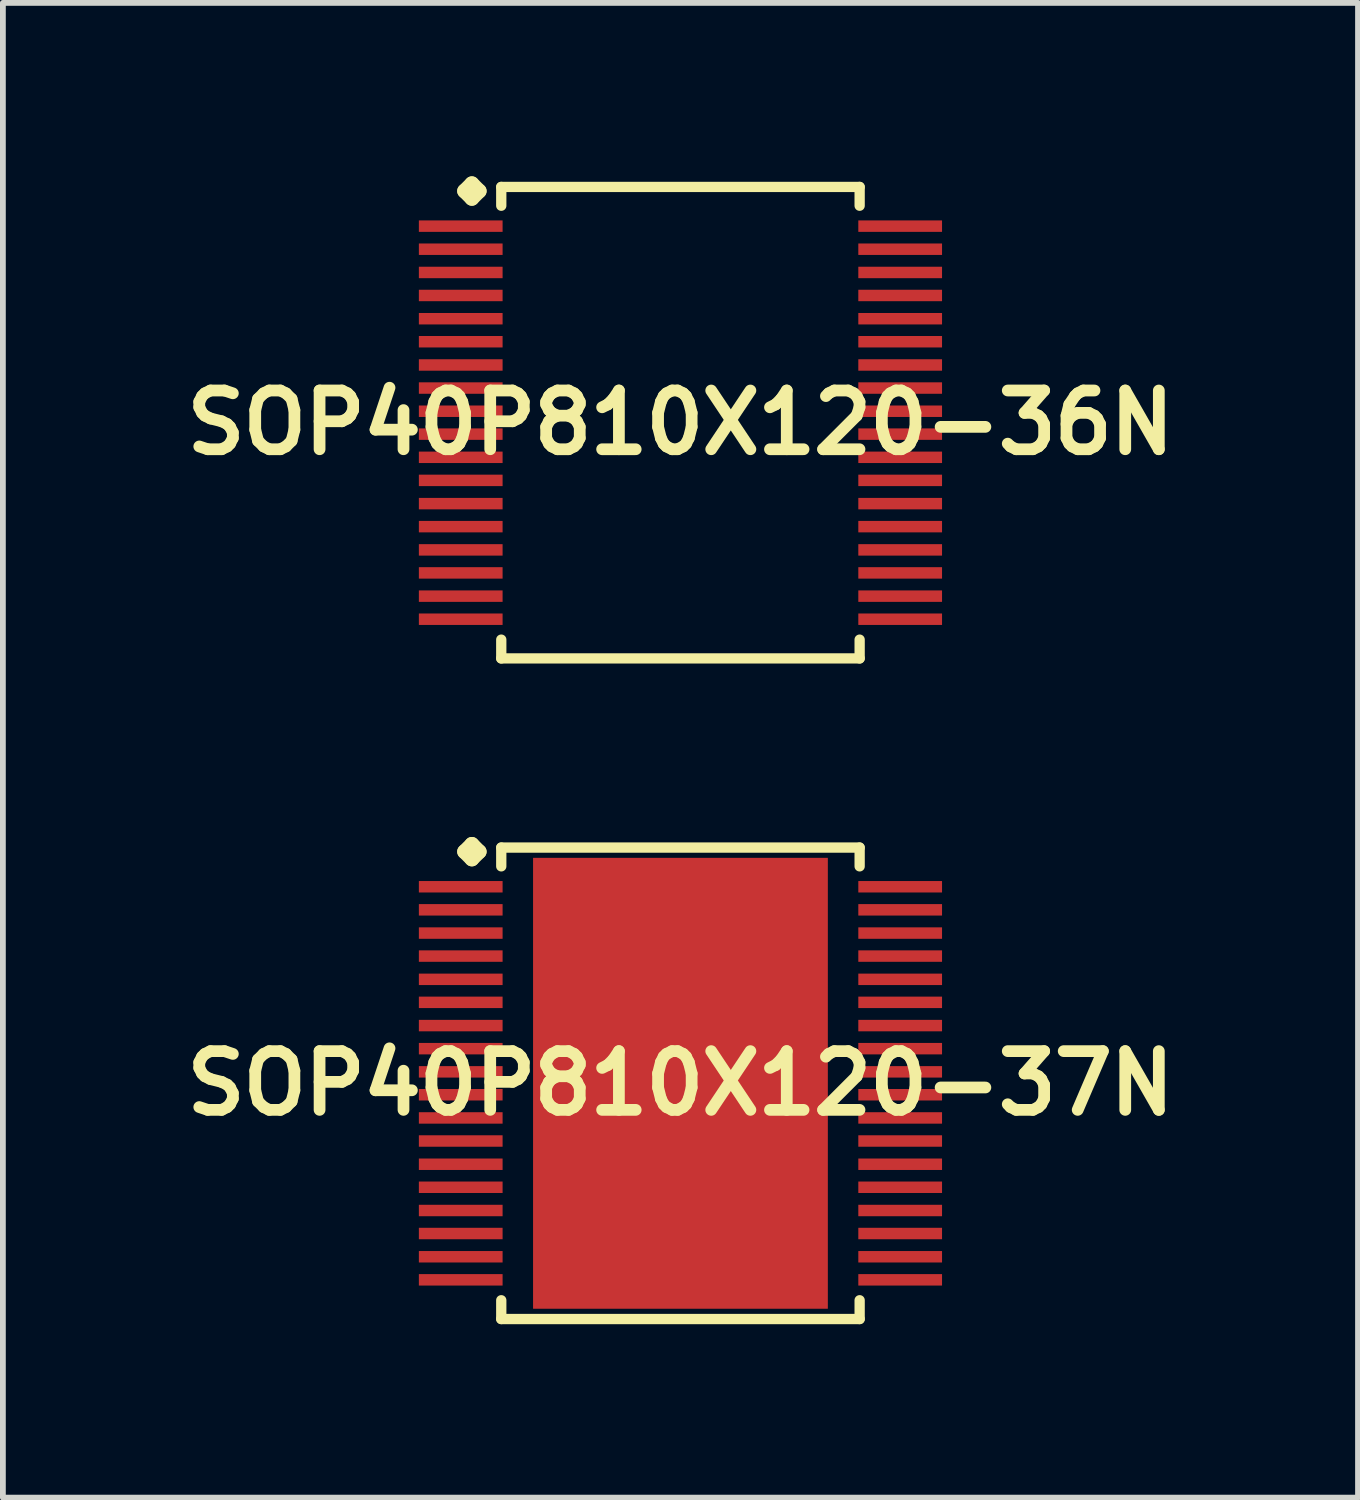
<source format=kicad_pcb>
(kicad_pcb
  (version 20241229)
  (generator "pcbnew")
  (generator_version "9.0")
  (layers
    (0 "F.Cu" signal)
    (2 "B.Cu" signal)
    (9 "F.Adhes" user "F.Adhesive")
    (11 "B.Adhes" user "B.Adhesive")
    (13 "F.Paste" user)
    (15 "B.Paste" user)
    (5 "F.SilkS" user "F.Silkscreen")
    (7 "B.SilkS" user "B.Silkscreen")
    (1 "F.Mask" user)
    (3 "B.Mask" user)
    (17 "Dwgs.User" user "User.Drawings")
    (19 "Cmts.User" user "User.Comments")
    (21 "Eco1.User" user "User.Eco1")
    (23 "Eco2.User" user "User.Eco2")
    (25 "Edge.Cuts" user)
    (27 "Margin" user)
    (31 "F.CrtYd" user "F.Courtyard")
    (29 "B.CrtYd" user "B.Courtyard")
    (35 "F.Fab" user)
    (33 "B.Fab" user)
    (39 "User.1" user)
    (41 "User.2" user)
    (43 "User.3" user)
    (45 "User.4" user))
  (footprint "SOP40P810X120-36N"
    (layer "F.Cu")
    (at 8.718 4.26)
    (property "Reference" "SOP40P810X120-36N" (at 0 0 0) (layer "F.SilkS") (effects (font (size 1.016 1.016) (thickness 0.203))))
    (attr smd)
    (fp_line (start -3.734 -4.006) (end -3.607 -4.133) (stroke (width 0.254) (type solid)) (layer "F.SilkS"))
    (fp_line (start -3.607 -4.133) (end -3.48 -4.006) (stroke (width 0.254) (type solid)) (layer "F.SilkS"))
    (fp_line (start -3.607 -3.879) (end -3.734 -4.006) (stroke (width 0.254) (type solid)) (layer "F.SilkS"))
    (fp_line (start -3.48 -4.006) (end -3.607 -3.879) (stroke (width 0.254) (type solid)) (layer "F.SilkS"))
    (fp_line (start -3.099 -4.077) (end 3.099 -4.077) (stroke (width 0.178) (type solid)) (layer "F.SilkS"))
    (fp_line (start -3.099 -3.752) (end -3.099 -4.077) (stroke (width 0.178) (type solid)) (layer "F.SilkS"))
    (fp_line (start -3.099 3.752) (end -3.099 4.077) (stroke (width 0.178) (type solid)) (layer "F.SilkS"))
    (fp_line (start -3.099 4.077) (end 3.099 4.077) (stroke (width 0.178) (type solid)) (layer "F.SilkS"))
    (fp_line (start 3.099 -4.077) (end 3.099 -3.752) (stroke (width 0.178) (type solid)) (layer "F.SilkS"))
    (fp_line (start 3.099 4.077) (end 3.099 3.752) (stroke (width 0.178) (type solid)) (layer "F.SilkS"))
    (pad "1" smd rect (at -3.8 -3.399) (size 1.448 0.198) (layers "F.Cu" "F.Mask" "F.Paste"))
    (pad "2" smd rect (at -3.8 -3) (size 1.448 0.198) (layers "F.Cu" "F.Mask" "F.Paste"))
    (pad "3" smd rect (at -3.8 -2.598) (size 1.448 0.198) (layers "F.Cu" "F.Mask" "F.Paste"))
    (pad "4" smd rect (at -3.8 -2.2) (size 1.448 0.198) (layers "F.Cu" "F.Mask" "F.Paste"))
    (pad "5" smd rect (at -3.8 -1.798) (size 1.448 0.198) (layers "F.Cu" "F.Mask" "F.Paste"))
    (pad "6" smd rect (at -3.8 -1.4) (size 1.448 0.198) (layers "F.Cu" "F.Mask" "F.Paste"))
    (pad "7" smd rect (at -3.8 -0.998) (size 1.448 0.198) (layers "F.Cu" "F.Mask" "F.Paste"))
    (pad "8" smd rect (at -3.8 -0.599) (size 1.448 0.198) (layers "F.Cu" "F.Mask" "F.Paste"))
    (pad "9" smd rect (at -3.8 -0.198) (size 1.448 0.198) (layers "F.Cu" "F.Mask" "F.Paste"))
    (pad "10" smd rect (at -3.8 0.198) (size 1.448 0.198) (layers "F.Cu" "F.Mask" "F.Paste"))
    (pad "11" smd rect (at -3.8 0.599) (size 1.448 0.198) (layers "F.Cu" "F.Mask" "F.Paste"))
    (pad "12" smd rect (at -3.8 0.998) (size 1.448 0.198) (layers "F.Cu" "F.Mask" "F.Paste"))
    (pad "13" smd rect (at -3.8 1.4) (size 1.448 0.198) (layers "F.Cu" "F.Mask" "F.Paste"))
    (pad "14" smd rect (at -3.8 1.798) (size 1.448 0.198) (layers "F.Cu" "F.Mask" "F.Paste"))
    (pad "15" smd rect (at -3.8 2.2) (size 1.448 0.198) (layers "F.Cu" "F.Mask" "F.Paste"))
    (pad "16" smd rect (at -3.8 2.598) (size 1.448 0.198) (layers "F.Cu" "F.Mask" "F.Paste"))
    (pad "17" smd rect (at -3.8 3) (size 1.448 0.198) (layers "F.Cu" "F.Mask" "F.Paste"))
    (pad "18" smd rect (at -3.8 3.399) (size 1.448 0.198) (layers "F.Cu" "F.Mask" "F.Paste"))
    (pad "19" smd rect (at 3.8 3.399) (size 1.448 0.198) (layers "F.Cu" "F.Mask" "F.Paste"))
    (pad "20" smd rect (at 3.8 3) (size 1.448 0.198) (layers "F.Cu" "F.Mask" "F.Paste"))
    (pad "21" smd rect (at 3.8 2.598) (size 1.448 0.198) (layers "F.Cu" "F.Mask" "F.Paste"))
    (pad "22" smd rect (at 3.8 2.2) (size 1.448 0.198) (layers "F.Cu" "F.Mask" "F.Paste"))
    (pad "23" smd rect (at 3.8 1.798) (size 1.448 0.198) (layers "F.Cu" "F.Mask" "F.Paste"))
    (pad "24" smd rect (at 3.8 1.4) (size 1.448 0.198) (layers "F.Cu" "F.Mask" "F.Paste"))
    (pad "25" smd rect (at 3.8 0.998) (size 1.448 0.198) (layers "F.Cu" "F.Mask" "F.Paste"))
    (pad "26" smd rect (at 3.8 0.599) (size 1.448 0.198) (layers "F.Cu" "F.Mask" "F.Paste"))
    (pad "27" smd rect (at 3.8 0.198) (size 1.448 0.198) (layers "F.Cu" "F.Mask" "F.Paste"))
    (pad "28" smd rect (at 3.8 -0.198) (size 1.448 0.198) (layers "F.Cu" "F.Mask" "F.Paste"))
    (pad "29" smd rect (at 3.8 -0.599) (size 1.448 0.198) (layers "F.Cu" "F.Mask" "F.Paste"))
    (pad "30" smd rect (at 3.8 -0.998) (size 1.448 0.198) (layers "F.Cu" "F.Mask" "F.Paste"))
    (pad "31" smd rect (at 3.8 -1.4) (size 1.448 0.198) (layers "F.Cu" "F.Mask" "F.Paste"))
    (pad "32" smd rect (at 3.8 -1.798) (size 1.448 0.198) (layers "F.Cu" "F.Mask" "F.Paste"))
    (pad "33" smd rect (at 3.8 -2.2) (size 1.448 0.198) (layers "F.Cu" "F.Mask" "F.Paste"))
    (pad "34" smd rect (at 3.8 -2.598) (size 1.448 0.198) (layers "F.Cu" "F.Mask" "F.Paste"))
    (pad "35" smd rect (at 3.8 -3) (size 1.448 0.198) (layers "F.Cu" "F.Mask" "F.Paste"))
    (pad "36" smd rect (at 3.8 -3.399) (size 1.448 0.198) (layers "F.Cu" "F.Mask" "F.Paste")))
  (footprint "SOP40P810X120-37N"
    (layer "F.Cu")
    (at 8.718 15.685)
    (property "Reference" "SOP40P810X120-37N" (at 0 0 0) (layer "F.SilkS") (effects (font (size 1.016 1.016) (thickness 0.203))))
    (attr smd)
    (fp_line (start -3.734 -4.006) (end -3.607 -4.133) (stroke (width 0.254) (type solid)) (layer "F.SilkS"))
    (fp_line (start -3.607 -4.133) (end -3.48 -4.006) (stroke (width 0.254) (type solid)) (layer "F.SilkS"))
    (fp_line (start -3.607 -3.879) (end -3.734 -4.006) (stroke (width 0.254) (type solid)) (layer "F.SilkS"))
    (fp_line (start -3.48 -4.006) (end -3.607 -3.879) (stroke (width 0.254) (type solid)) (layer "F.SilkS"))
    (fp_line (start -3.099 -4.077) (end 3.099 -4.077) (stroke (width 0.178) (type solid)) (layer "F.SilkS"))
    (fp_line (start -3.099 -3.752) (end -3.099 -4.077) (stroke (width 0.178) (type solid)) (layer "F.SilkS"))
    (fp_line (start -3.099 3.752) (end -3.099 4.077) (stroke (width 0.178) (type solid)) (layer "F.SilkS"))
    (fp_line (start -3.099 4.077) (end 3.099 4.077) (stroke (width 0.178) (type solid)) (layer "F.SilkS"))
    (fp_line (start 3.099 -4.077) (end 3.099 -3.752) (stroke (width 0.178) (type solid)) (layer "F.SilkS"))
    (fp_line (start 3.099 4.077) (end 3.099 3.752) (stroke (width 0.178) (type solid)) (layer "F.SilkS"))
    (pad "1" smd rect (at -3.8 -3.399) (size 1.448 0.198) (layers "F.Cu" "F.Mask" "F.Paste"))
    (pad "2" smd rect (at -3.8 -3) (size 1.448 0.198) (layers "F.Cu" "F.Mask" "F.Paste"))
    (pad "3" smd rect (at -3.8 -2.598) (size 1.448 0.198) (layers "F.Cu" "F.Mask" "F.Paste"))
    (pad "4" smd rect (at -3.8 -2.2) (size 1.448 0.198) (layers "F.Cu" "F.Mask" "F.Paste"))
    (pad "5" smd rect (at -3.8 -1.798) (size 1.448 0.198) (layers "F.Cu" "F.Mask" "F.Paste"))
    (pad "6" smd rect (at -3.8 -1.4) (size 1.448 0.198) (layers "F.Cu" "F.Mask" "F.Paste"))
    (pad "7" smd rect (at -3.8 -0.998) (size 1.448 0.198) (layers "F.Cu" "F.Mask" "F.Paste"))
    (pad "8" smd rect (at -3.8 -0.599) (size 1.448 0.198) (layers "F.Cu" "F.Mask" "F.Paste"))
    (pad "9" smd rect (at -3.8 -0.198) (size 1.448 0.198) (layers "F.Cu" "F.Mask" "F.Paste"))
    (pad "10" smd rect (at -3.8 0.198) (size 1.448 0.198) (layers "F.Cu" "F.Mask" "F.Paste"))
    (pad "11" smd rect (at -3.8 0.599) (size 1.448 0.198) (layers "F.Cu" "F.Mask" "F.Paste"))
    (pad "12" smd rect (at -3.8 0.998) (size 1.448 0.198) (layers "F.Cu" "F.Mask" "F.Paste"))
    (pad "13" smd rect (at -3.8 1.4) (size 1.448 0.198) (layers "F.Cu" "F.Mask" "F.Paste"))
    (pad "14" smd rect (at -3.8 1.798) (size 1.448 0.198) (layers "F.Cu" "F.Mask" "F.Paste"))
    (pad "15" smd rect (at -3.8 2.2) (size 1.448 0.198) (layers "F.Cu" "F.Mask" "F.Paste"))
    (pad "16" smd rect (at -3.8 2.598) (size 1.448 0.198) (layers "F.Cu" "F.Mask" "F.Paste"))
    (pad "17" smd rect (at -3.8 3) (size 1.448 0.198) (layers "F.Cu" "F.Mask" "F.Paste"))
    (pad "18" smd rect (at -3.8 3.399) (size 1.448 0.198) (layers "F.Cu" "F.Mask" "F.Paste"))
    (pad "19" smd rect (at 3.8 3.399) (size 1.448 0.198) (layers "F.Cu" "F.Mask" "F.Paste"))
    (pad "20" smd rect (at 3.8 3) (size 1.448 0.198) (layers "F.Cu" "F.Mask" "F.Paste"))
    (pad "21" smd rect (at 3.8 2.598) (size 1.448 0.198) (layers "F.Cu" "F.Mask" "F.Paste"))
    (pad "22" smd rect (at 3.8 2.2) (size 1.448 0.198) (layers "F.Cu" "F.Mask" "F.Paste"))
    (pad "23" smd rect (at 3.8 1.798) (size 1.448 0.198) (layers "F.Cu" "F.Mask" "F.Paste"))
    (pad "24" smd rect (at 3.8 1.4) (size 1.448 0.198) (layers "F.Cu" "F.Mask" "F.Paste"))
    (pad "25" smd rect (at 3.8 0.998) (size 1.448 0.198) (layers "F.Cu" "F.Mask" "F.Paste"))
    (pad "26" smd rect (at 3.8 0.599) (size 1.448 0.198) (layers "F.Cu" "F.Mask" "F.Paste"))
    (pad "27" smd rect (at 3.8 0.198) (size 1.448 0.198) (layers "F.Cu" "F.Mask" "F.Paste"))
    (pad "28" smd rect (at 3.8 -0.198) (size 1.448 0.198) (layers "F.Cu" "F.Mask" "F.Paste"))
    (pad "29" smd rect (at 3.8 -0.599) (size 1.448 0.198) (layers "F.Cu" "F.Mask" "F.Paste"))
    (pad "30" smd rect (at 3.8 -0.998) (size 1.448 0.198) (layers "F.Cu" "F.Mask" "F.Paste"))
    (pad "31" smd rect (at 3.8 -1.4) (size 1.448 0.198) (layers "F.Cu" "F.Mask" "F.Paste"))
    (pad "32" smd rect (at 3.8 -1.798) (size 1.448 0.198) (layers "F.Cu" "F.Mask" "F.Paste"))
    (pad "33" smd rect (at 3.8 -2.2) (size 1.448 0.198) (layers "F.Cu" "F.Mask" "F.Paste"))
    (pad "34" smd rect (at 3.8 -2.598) (size 1.448 0.198) (layers "F.Cu" "F.Mask" "F.Paste"))
    (pad "35" smd rect (at 3.8 -3) (size 1.448 0.198) (layers "F.Cu" "F.Mask" "F.Paste"))
    (pad "36" smd rect (at 3.8 -3.399) (size 1.448 0.198) (layers "F.Cu" "F.Mask" "F.Paste"))
    (pad "37" smd rect (at 0 0) (size 5.098 7.798) (layers "F.Cu" "F.Mask" "F.Paste")))
  (gr_rect
    (start -3 -3)
    (end 20.436 22.85)
    (stroke (width 0.1) (type default))
    (fill no)
    (layer "Edge.Cuts")))
</source>
